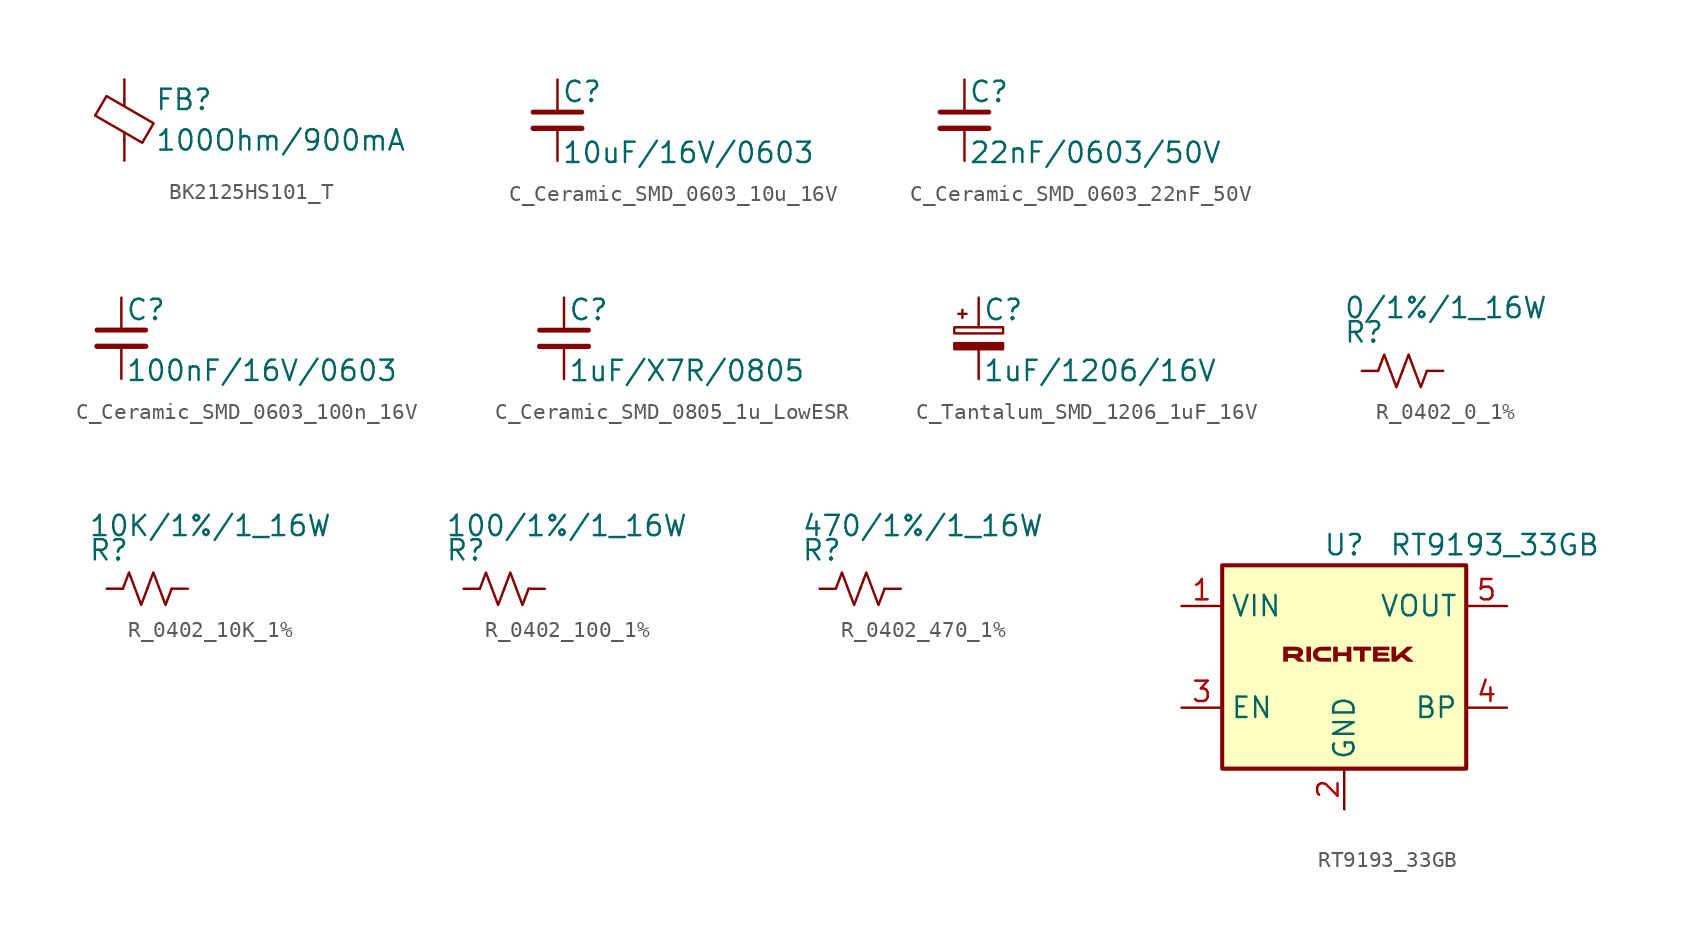
<source format=kicad_sym>
(kicad_symbol_lib
  (version 20231120)
  (generator "kicad_symbol_editor")
  (generator_version "8.0")
  (symbol "BK2125HS101_T"
    (pin_numbers hide)
    (pin_names
      (offset 0))
    (property "Reference" "FB"
      (at 1.905 1.27 0)
      (effects (font (size 1.27 1.27)) (justify left)))
    (property "Value" "100Ohm/900mA"
      (at 1.905 -1.27 0)
      (effects (font (size 1.27 1.27)) (justify left)))
    (symbol "BK2125HS101_T_0_1"
      (polyline (pts (xy 0 -1.27) (xy 0 -0.787)) (stroke (width 0) (type default)) (fill (type none)))
      (polyline (pts (xy 0 0.889) (xy 0 1.295)) (stroke (width 0) (type default)) (fill (type none)))
      (polyline (pts (xy -1.829 0.279) (xy -1.118 1.499) (xy 1.829 -0.203) (xy 1.118 -1.422) (xy -1.829 0.279)) (stroke (width 0) (type default)) (fill (type none))))
    (symbol "BK2125HS101_T_1_1"
      (pin passive line (at 0 2.54 270) (length 1.27) (name "~" (effects (font (size 1.27 1.27)))) (number "1" (effects (font (size 1.27 1.27)))))
      (pin passive line (at 0 -2.54 90) (length 1.27) (name "~" (effects (font (size 1.27 1.27)))) (number "2" (effects (font (size 1.27 1.27)))))))
  (symbol "C_Ceramic_SMD_0603_10u_16V"
    (pin_numbers hide)
    (pin_names
      (offset 0.254) hide)
    (property "Reference" "C"
      (at 0.254 1.778 0)
      (effects (font (size 1.27 1.27)) (justify left)))
    (property "Value" "10uF/16V/0603"
      (at 0.254 -2.032 0)
      (effects (font (size 1.27 1.27)) (justify left)))
    (symbol "C_Ceramic_SMD_0603_10u_16V_0_1"
      (polyline (pts (xy -1.524 -0.508) (xy 1.524 -0.508)) (stroke (width 0.33) (type default)) (fill (type none)))
      (polyline (pts (xy -1.524 0.508) (xy 1.524 0.508)) (stroke (width 0.305) (type default)) (fill (type none))))
    (symbol "C_Ceramic_SMD_0603_10u_16V_1_1"
      (pin passive line (at 0 2.54 270) (length 2.032) (name "~" (effects (font (size 1.27 1.27)))) (number "1" (effects (font (size 1.27 1.27)))))
      (pin passive line (at 0 -2.54 90) (length 2.032) (name "~" (effects (font (size 1.27 1.27)))) (number "2" (effects (font (size 1.27 1.27)))))))
  (symbol "C_Ceramic_SMD_0603_22nF_50V"
    (pin_numbers hide)
    (pin_names
      (offset 0.254) hide)
    (property "Reference" "C"
      (at 0.254 1.778 0)
      (effects (font (size 1.27 1.27)) (justify left)))
    (property "Value" "22nF/0603/50V"
      (at 0.254 -2.032 0)
      (effects (font (size 1.27 1.27)) (justify left)))
    (symbol "C_Ceramic_SMD_0603_22nF_50V_0_1"
      (polyline (pts (xy -1.524 -0.508) (xy 1.524 -0.508)) (stroke (width 0.33) (type default)) (fill (type none)))
      (polyline (pts (xy -1.524 0.508) (xy 1.524 0.508)) (stroke (width 0.305) (type default)) (fill (type none))))
    (symbol "C_Ceramic_SMD_0603_22nF_50V_1_1"
      (pin passive line (at 0 2.54 270) (length 2.032) (name "~" (effects (font (size 1.27 1.27)))) (number "1" (effects (font (size 1.27 1.27)))))
      (pin passive line (at 0 -2.54 90) (length 2.032) (name "~" (effects (font (size 1.27 1.27)))) (number "2" (effects (font (size 1.27 1.27)))))))
  (symbol "C_Ceramic_SMD_0603_100n_16V"
    (pin_numbers hide)
    (pin_names
      (offset 0.254) hide)
    (property "Reference" "C"
      (at 0.254 1.778 0)
      (effects (font (size 1.27 1.27)) (justify left)))
    (property "Value" "100nF/16V/0603"
      (at 0.254 -2.032 0)
      (effects (font (size 1.27 1.27)) (justify left)))
    (symbol "C_Ceramic_SMD_0603_100n_16V_0_1"
      (polyline (pts (xy -1.524 -0.508) (xy 1.524 -0.508)) (stroke (width 0.33) (type default)) (fill (type none)))
      (polyline (pts (xy -1.524 0.508) (xy 1.524 0.508)) (stroke (width 0.305) (type default)) (fill (type none))))
    (symbol "C_Ceramic_SMD_0603_100n_16V_1_1"
      (pin passive line (at 0 2.54 270) (length 2.032) (name "~" (effects (font (size 1.27 1.27)))) (number "1" (effects (font (size 1.27 1.27)))))
      (pin passive line (at 0 -2.54 90) (length 2.032) (name "~" (effects (font (size 1.27 1.27)))) (number "2" (effects (font (size 1.27 1.27)))))))
  (symbol "C_Ceramic_SMD_0805_1u_LowESR"
    (pin_numbers hide)
    (pin_names
      (offset 0.254) hide)
    (property "Reference" "C"
      (at 0.254 1.778 0)
      (effects (font (size 1.27 1.27)) (justify left)))
    (property "Value" "1uF/X7R/0805"
      (at 0.254 -2.032 0)
      (effects (font (size 1.27 1.27)) (justify left)))
    (symbol "C_Ceramic_SMD_0805_1u_LowESR_0_1"
      (polyline (pts (xy -1.524 -0.508) (xy 1.524 -0.508)) (stroke (width 0.33) (type default)) (fill (type none)))
      (polyline (pts (xy -1.524 0.508) (xy 1.524 0.508)) (stroke (width 0.305) (type default)) (fill (type none))))
    (symbol "C_Ceramic_SMD_0805_1u_LowESR_1_1"
      (pin passive line (at 0 2.54 270) (length 2.032) (name "~" (effects (font (size 1.27 1.27)))) (number "1" (effects (font (size 1.27 1.27)))))
      (pin passive line (at 0 -2.54 90) (length 2.032) (name "~" (effects (font (size 1.27 1.27)))) (number "2" (effects (font (size 1.27 1.27)))))))
  (symbol "C_Tantalum_SMD_1206_1uF_16V"
    (pin_numbers hide)
    (pin_names
      (offset 0.254) hide)
    (property "Reference" "C"
      (at 0.254 1.778 0)
      (effects (font (size 1.27 1.27)) (justify left)))
    (property "Value" "1uF/1206/16V"
      (at 0.254 -2.032 0)
      (effects (font (size 1.27 1.27)) (justify left)))
    (symbol "C_Tantalum_SMD_1206_1uF_16V_0_1"
      (rectangle (start -1.524 -0.305) (end 1.524 -0.686) (stroke (width 0) (type default)) (fill (type outline)))
      (rectangle (start -1.524 0.686) (end 1.524 0.305) (stroke (width 0) (type default)) (fill (type none)))
      (polyline (pts (xy -1.27 1.524) (xy -0.762 1.524)) (stroke (width 0) (type default)) (fill (type none)))
      (polyline (pts (xy -1.016 1.27) (xy -1.016 1.778)) (stroke (width 0) (type default)) (fill (type none))))
    (symbol "C_Tantalum_SMD_1206_1uF_16V_1_1"
      (pin passive line (at 0 2.54 270) (length 1.854) (name "~" (effects (font (size 1.27 1.27)))) (number "1" (effects (font (size 1.27 1.27)))))
      (pin passive line (at 0 -2.54 90) (length 1.854) (name "~" (effects (font (size 1.27 1.27)))) (number "2" (effects (font (size 1.27 1.27)))))))
  (symbol "R_0402_0_1%"
    (pin_numbers hide)
    (pin_names
      (offset 0.254) hide)
    (property "Reference" "R"
      (at -3.683 2.413 0)
      (effects (font (size 1.27 1.27)) (justify left)))
    (property "Value" "0/1%/1_16W"
      (at -3.683 3.937 0)
      (effects (font (size 1.27 1.27)) (justify left)))
    (symbol "R_0402_0_1%_1_1"
      (polyline (pts (xy -1.524 0) (xy -1.143 1.016) (xy -0.762 0) (xy -0.381 -1.016) (xy 0 0)) (stroke (width 0) (type default)) (fill (type none)))
      (polyline (pts (xy 0 0) (xy 0.381 1.016) (xy 0.762 0) (xy 1.143 -1.016) (xy 1.524 0)) (stroke (width 0) (type default)) (fill (type none)))
      (pin passive line (at -2.54 0 0) (length 1.016) (name "~" (effects (font (size 1.27 1.27)))) (number "1" (effects (font (size 1.27 1.27)))))
      (pin passive line (at 2.54 0 180) (length 1.016) (name "~" (effects (font (size 1.27 1.27)))) (number "2" (effects (font (size 1.27 1.27)))))))
  (symbol "R_0402_10K_1%"
    (pin_numbers hide)
    (pin_names
      (offset 0.254) hide)
    (property "Reference" "R"
      (at -3.683 2.413 0)
      (effects (font (size 1.27 1.27)) (justify left)))
    (property "Value" "10K/1%/1_16W"
      (at -3.683 3.937 0)
      (effects (font (size 1.27 1.27)) (justify left)))
    (symbol "R_0402_10K_1%_1_1"
      (polyline (pts (xy -1.524 0) (xy -1.143 1.016) (xy -0.762 0) (xy -0.381 -1.016) (xy 0 0)) (stroke (width 0) (type default)) (fill (type none)))
      (polyline (pts (xy 0 0) (xy 0.381 1.016) (xy 0.762 0) (xy 1.143 -1.016) (xy 1.524 0)) (stroke (width 0) (type default)) (fill (type none)))
      (pin passive line (at -2.54 0 0) (length 1.016) (name "~" (effects (font (size 1.27 1.27)))) (number "1" (effects (font (size 1.27 1.27)))))
      (pin passive line (at 2.54 0 180) (length 1.016) (name "~" (effects (font (size 1.27 1.27)))) (number "2" (effects (font (size 1.27 1.27)))))))
  (symbol "R_0402_100_1%"
    (pin_numbers hide)
    (pin_names
      (offset 0.254) hide)
    (property "Reference" "R"
      (at -3.683 2.413 0)
      (effects (font (size 1.27 1.27)) (justify left)))
    (property "Value" "100/1%/1_16W"
      (at -3.683 3.937 0)
      (effects (font (size 1.27 1.27)) (justify left)))
    (symbol "R_0402_100_1%_1_1"
      (polyline (pts (xy -1.524 0) (xy -1.143 1.016) (xy -0.762 0) (xy -0.381 -1.016) (xy 0 0)) (stroke (width 0) (type default)) (fill (type none)))
      (polyline (pts (xy 0 0) (xy 0.381 1.016) (xy 0.762 0) (xy 1.143 -1.016) (xy 1.524 0)) (stroke (width 0) (type default)) (fill (type none)))
      (pin passive line (at -2.54 0 0) (length 1.016) (name "~" (effects (font (size 1.27 1.27)))) (number "1" (effects (font (size 1.27 1.27)))))
      (pin passive line (at 2.54 0 180) (length 1.016) (name "~" (effects (font (size 1.27 1.27)))) (number "2" (effects (font (size 1.27 1.27)))))))
  (symbol "R_0402_470_1%"
    (pin_numbers hide)
    (pin_names
      (offset 0.254) hide)
    (property "Reference" "R"
      (at -3.683 2.413 0)
      (effects (font (size 1.27 1.27)) (justify left)))
    (property "Value" "470/1%/1_16W"
      (at -3.683 3.937 0)
      (effects (font (size 1.27 1.27)) (justify left)))
    (symbol "R_0402_470_1%_1_1"
      (polyline (pts (xy -1.524 0) (xy -1.143 1.016) (xy -0.762 0) (xy -0.381 -1.016) (xy 0 0)) (stroke (width 0) (type default)) (fill (type none)))
      (polyline (pts (xy 0 0) (xy 0.381 1.016) (xy 0.762 0) (xy 1.143 -1.016) (xy 1.524 0)) (stroke (width 0) (type default)) (fill (type none)))
      (pin passive line (at -2.54 0 0) (length 1.016) (name "~" (effects (font (size 1.27 1.27)))) (number "1" (effects (font (size 1.27 1.27)))))
      (pin passive line (at 2.54 0 180) (length 1.016) (name "~" (effects (font (size 1.27 1.27)))) (number "2" (effects (font (size 1.27 1.27)))))))
  (symbol "RT9193_33GB"
    (property "Reference" "U"
      (at 0 6.35 0)
      (effects (font (size 1.27 1.27))))
    (property "Value" "RT9193_33GB"
      (at 9.398 6.35 0)
      (effects (font (size 1.27 1.27))))
    (symbol "RT9193_33GB_0_1"
      (rectangle (start -7.62 5.08) (end 7.62 -7.62) (stroke (width 0.254) (type default)) (fill (type background))))
    (symbol "RT9193_33GB_1_0"
      (polyline (pts (xy -2.078 -0.939) (xy -2.36 -0.939) (xy -2.36 -0.0004) (xy -2.078 -0.0004) (xy -2.078 -0.939)) (stroke (width -0.0001) (type solid)) (fill (type outline)))
      (polyline (pts (xy 1.126 -0.002) (xy 1.683 -0.004) (xy 1.683 -0.244) (xy 1.479 -0.246) (xy 1.274 -0.247) (xy 1.274 -0.939) (xy 0.984 -0.939) (xy 0.984 -0.247) (xy 0.568 -0.247) (xy 0.568 -0.0004) (xy 1.126 -0.002)) (stroke (width -0.0001) (type solid)) (fill (type outline)))
      (polyline (pts (xy 2.819 -0.223) (xy 2.455 -0.221) (xy 2.092 -0.219) (xy 2.092 -0.367) (xy 2.422 -0.369) (xy 2.752 -0.371) (xy 2.754 -0.471) (xy 2.756 -0.572) (xy 2.092 -0.572) (xy 2.092 -0.72) (xy 2.465 -0.722) (xy 2.836 -0.724) (xy 2.838 -0.831) (xy 2.841 -0.939) (xy 1.803 -0.939) (xy 1.803 -0.0004) (xy 2.819 -0.0004) (xy 2.819 -0.223)) (stroke (width -0.0001) (type solid)) (fill (type outline)))
      (polyline (pts (xy 0.302 -0.002) (xy 0.445 -0.004) (xy 0.447 -0.471) (xy 0.448 -0.939) (xy 0.159 -0.939) (xy 0.157 -0.764) (xy 0.155 -0.59) (xy -0.121 -0.587) (xy -0.399 -0.586) (xy -0.399 -0.939) (xy -0.691 -0.939) (xy -0.689 -0.47) (xy -0.688 -0.0004) (xy -0.545 -0.002) (xy -0.402 -0.004) (xy -0.4 -0.178) (xy -0.399 -0.353) (xy 0.159 -0.353) (xy 0.159 -0.0004) (xy 0.302 -0.002)) (stroke (width -0.0001) (type solid)) (fill (type outline)))
      (polyline (pts (xy 3.243 -0.297) (xy 3.246 -0.595) (xy 3.461 -0.405) (xy 3.799 -0.108) (xy 3.921 -0.0004) (xy 4.115 -0.0004) (xy 4.154 -0.001) (xy 4.191 -0.001) (xy 4.223 -0.002) (xy 4.251 -0.002) (xy 4.274 -0.003) (xy 4.291 -0.004) (xy 4.297 -0.004) (xy 4.301 -0.005) (xy 4.303 -0.005) (xy 4.303 -0.006) (xy 4.303 -0.006) (xy 4.061 -0.219) (xy 3.923 -0.34) (xy 3.886 -0.372) (xy 3.856 -0.399) (xy 3.832 -0.42) (xy 3.822 -0.429) (xy 3.814 -0.436) (xy 3.806 -0.443) (xy 3.8 -0.449) (xy 3.796 -0.454) (xy 3.792 -0.458) (xy 3.789 -0.461) (xy 3.787 -0.463) (xy 3.786 -0.464) (xy 3.786 -0.465) (xy 3.785 -0.466) (xy 3.785 -0.466) (xy 3.79 -0.471) (xy 3.803 -0.483) (xy 3.852 -0.524) (xy 3.925 -0.584) (xy 4.013 -0.657) (xy 4.184 -0.797) (xy 4.244 -0.846) (xy 4.29 -0.884) (xy 4.322 -0.911) (xy 4.333 -0.921) (xy 4.342 -0.928) (xy 4.349 -0.935) (xy 4.354 -0.939) (xy 4.356 -0.942) (xy 4.357 -0.943) (xy 4.357 -0.943) (xy 4.353 -0.944) (xy 4.34 -0.944) (xy 4.296 -0.945) (xy 4.231 -0.946) (xy 4.151 -0.946) (xy 3.944 -0.945) (xy 3.817 -0.839) (xy 3.711 -0.751) (xy 3.635 -0.688) (xy 3.58 -0.641) (xy 3.505 -0.707) (xy 3.449 -0.756) (xy 3.43 -0.772) (xy 3.424 -0.777) (xy 3.421 -0.78) (xy 3.281 -0.903) (xy 3.24 -0.939) (xy 2.953 -0.939) (xy 2.953 -0.0004) (xy 3.242 -0.0004) (xy 3.243 -0.297)) (stroke (width -0.0001) (type solid)) (fill (type outline)))
      (polyline (pts (xy -0.851 -0.001) (xy -0.83 -0.002) (xy -0.821 -0.003) (xy -0.821 -0.006) (xy -0.82 -0.014) (xy -0.82 -0.041) (xy -0.82 -0.08) (xy -0.821 -0.127) (xy -0.823 -0.247) (xy -1.152 -0.249) (xy -1.26 -0.249) (xy -1.342 -0.25) (xy -1.374 -0.251) (xy -1.402 -0.251) (xy -1.425 -0.252) (xy -1.444 -0.253) (xy -1.453 -0.253) (xy -1.46 -0.254) (xy -1.467 -0.254) (xy -1.473 -0.255) (xy -1.479 -0.255) (xy -1.484 -0.256) (xy -1.489 -0.257) (xy -1.493 -0.258) (xy -1.497 -0.259) (xy -1.501 -0.26) (xy -1.504 -0.261) (xy -1.508 -0.262) (xy -1.515 -0.264) (xy -1.522 -0.267) (xy -1.532 -0.271) (xy -1.541 -0.276) (xy -1.551 -0.282) (xy -1.56 -0.288) (xy -1.57 -0.294) (xy -1.579 -0.301) (xy -1.588 -0.308) (xy -1.597 -0.315) (xy -1.605 -0.323) (xy -1.613 -0.331) (xy -1.621 -0.34) (xy -1.628 -0.348) (xy -1.634 -0.357) (xy -1.64 -0.365) (xy -1.646 -0.374) (xy -1.65 -0.383) (xy -1.655 -0.393) (xy -1.659 -0.403) (xy -1.662 -0.413) (xy -1.665 -0.425) (xy -1.667 -0.436) (xy -1.668 -0.448) (xy -1.669 -0.46) (xy -1.67 -0.472) (xy -1.67 -0.484) (xy -1.669 -0.496) (xy -1.667 -0.507) (xy -1.665 -0.519) (xy -1.663 -0.53) (xy -1.66 -0.541) (xy -1.656 -0.552) (xy -1.652 -0.562) (xy -1.647 -0.57) (xy -1.642 -0.579) (xy -1.637 -0.587) (xy -1.63 -0.596) (xy -1.623 -0.604) (xy -1.615 -0.613) (xy -1.607 -0.621) (xy -1.598 -0.629) (xy -1.589 -0.637) (xy -1.579 -0.644) (xy -1.57 -0.652) (xy -1.56 -0.658) (xy -1.55 -0.665) (xy -1.54 -0.67) (xy -1.53 -0.675) (xy -1.52 -0.68) (xy -1.507 -0.685) (xy -1.492 -0.689) (xy -1.472 -0.692) (xy -1.442 -0.694) (xy -1.399 -0.695) (xy -1.339 -0.697) (xy -1.151 -0.699) (xy -0.821 -0.702) (xy -0.82 -0.821) (xy -0.818 -0.94) (xy -1.168 -0.937) (xy -1.299 -0.936) (xy -1.353 -0.936) (xy -1.4 -0.935) (xy -1.441 -0.934) (xy -1.476 -0.932) (xy -1.506 -0.93) (xy -1.533 -0.927) (xy -1.545 -0.925) (xy -1.556 -0.924) (xy -1.567 -0.922) (xy -1.577 -0.919) (xy -1.587 -0.917) (xy -1.596 -0.914) (xy -1.605 -0.911) (xy -1.615 -0.908) (xy -1.633 -0.901) (xy -1.651 -0.892) (xy -1.672 -0.883) (xy -1.694 -0.872) (xy -1.714 -0.861) (xy -1.734 -0.85) (xy -1.754 -0.837) (xy -1.773 -0.824) (xy -1.791 -0.81) (xy -1.809 -0.795) (xy -1.825 -0.779) (xy -1.842 -0.763) (xy -1.857 -0.746) (xy -1.871 -0.729) (xy -1.884 -0.711) (xy -1.897 -0.693) (xy -1.908 -0.674) (xy -1.918 -0.655) (xy -1.927 -0.636) (xy -1.935 -0.617) (xy -1.939 -0.604) (xy -1.943 -0.591) (xy -1.946 -0.576) (xy -1.949 -0.561) (xy -1.952 -0.546) (xy -1.954 -0.53) (xy -1.955 -0.514) (xy -1.956 -0.498) (xy -1.957 -0.482) (xy -1.957 -0.465) (xy -1.957 -0.449) (xy -1.956 -0.433) (xy -1.955 -0.417) (xy -1.953 -0.402) (xy -1.951 -0.387) (xy -1.948 -0.373) (xy -1.938 -0.337) (xy -1.926 -0.302) (xy -1.912 -0.269) (xy -1.894 -0.238) (xy -1.874 -0.208) (xy -1.852 -0.181) (xy -1.827 -0.155) (xy -1.8 -0.131) (xy -1.771 -0.109) (xy -1.739 -0.089) (xy -1.705 -0.071) (xy -1.669 -0.055) (xy -1.631 -0.041) (xy -1.591 -0.029) (xy -1.548 -0.019) (xy -1.504 -0.012) (xy -1.457 -0.008) (xy -1.373 -0.005) (xy -1.143 -0.001) (xy -0.923 0) (xy -0.851 -0.001)) (stroke (width -0.0001) (type solid)) (fill (type outline)))
      (polyline (pts (xy -3.413 -0.001) (xy -3.273 -0.002) (xy -3.161 -0.003) (xy -3.114 -0.004) (xy -3.072 -0.005) (xy -3.035 -0.006) (xy -3.003 -0.008) (xy -2.974 -0.01) (xy -2.948 -0.012) (xy -2.925 -0.015) (xy -2.904 -0.018) (xy -2.885 -0.022) (xy -2.866 -0.026) (xy -2.848 -0.03) (xy -2.83 -0.036) (xy -2.809 -0.043) (xy -2.788 -0.05) (xy -2.768 -0.059) (xy -2.749 -0.069) (xy -2.73 -0.079) (xy -2.712 -0.091) (xy -2.694 -0.103) (xy -2.677 -0.115) (xy -2.662 -0.128) (xy -2.647 -0.142) (xy -2.634 -0.156) (xy -2.621 -0.171) (xy -2.61 -0.185) (xy -2.6 -0.2) (xy -2.596 -0.208) (xy -2.592 -0.216) (xy -2.588 -0.223) (xy -2.585 -0.231) (xy -2.58 -0.243) (xy -2.578 -0.249) (xy -2.577 -0.255) (xy -2.575 -0.261) (xy -2.574 -0.267) (xy -2.572 -0.273) (xy -2.571 -0.28) (xy -2.571 -0.287) (xy -2.57 -0.294) (xy -2.569 -0.31) (xy -2.568 -0.33) (xy -2.568 -0.353) (xy -2.568 -0.379) (xy -2.568 -0.39) (xy -2.569 -0.4) (xy -2.569 -0.408) (xy -2.57 -0.416) (xy -2.57 -0.423) (xy -2.571 -0.43) (xy -2.573 -0.436) (xy -2.574 -0.442) (xy -2.576 -0.447) (xy -2.578 -0.453) (xy -2.581 -0.46) (xy -2.584 -0.466) (xy -2.591 -0.482) (xy -2.597 -0.493) (xy -2.604 -0.504) (xy -2.611 -0.515) (xy -2.618 -0.526) (xy -2.626 -0.536) (xy -2.635 -0.546) (xy -2.644 -0.557) (xy -2.653 -0.567) (xy -2.663 -0.576) (xy -2.673 -0.585) (xy -2.684 -0.594) (xy -2.695 -0.602) (xy -2.706 -0.61) (xy -2.717 -0.618) (xy -2.729 -0.625) (xy -2.741 -0.631) (xy -2.751 -0.636) (xy -2.76 -0.641) (xy -2.768 -0.646) (xy -2.776 -0.65) (xy -2.779 -0.652) (xy -2.782 -0.654) (xy -2.784 -0.656) (xy -2.787 -0.657) (xy -2.788 -0.658) (xy -2.789 -0.659) (xy -2.79 -0.66) (xy -2.79 -0.661) (xy -2.791 -0.661) (xy -2.79 -0.663) (xy -2.786 -0.667) (xy -2.778 -0.675) (xy -2.763 -0.688) (xy -2.707 -0.734) (xy -2.602 -0.82) (xy -2.458 -0.939) (xy -2.877 -0.939) (xy -2.917 -0.905) (xy -2.94 -0.885) (xy -2.974 -0.857) (xy -3.015 -0.823) (xy -3.057 -0.788) (xy -3.157 -0.706) (xy -3.517 -0.706) (xy -3.517 -0.939) (xy -3.81 -0.939) (xy -3.809 -0.472) (xy -3.808 -0.247) (xy -3.525 -0.247) (xy -3.523 -0.355) (xy -3.521 -0.463) (xy -3.246 -0.463) (xy -3.155 -0.463) (xy -3.118 -0.462) (xy -3.086 -0.462) (xy -3.059 -0.462) (xy -3.036 -0.462) (xy -3.017 -0.461) (xy -3.008 -0.461) (xy -3 -0.46) (xy -2.993 -0.46) (xy -2.987 -0.46) (xy -2.981 -0.459) (xy -2.976 -0.458) (xy -2.971 -0.458) (xy -2.967 -0.457) (xy -2.963 -0.456) (xy -2.959 -0.455) (xy -2.955 -0.455) (xy -2.952 -0.454) (xy -2.949 -0.452) (xy -2.946 -0.451) (xy -2.94 -0.449) (xy -2.933 -0.446) (xy -2.924 -0.441) (xy -2.915 -0.437) (xy -2.908 -0.432) (xy -2.9 -0.428) (xy -2.894 -0.423) (xy -2.888 -0.418) (xy -2.885 -0.415) (xy -2.883 -0.413) (xy -2.88 -0.41) (xy -2.878 -0.407) (xy -2.876 -0.405) (xy -2.874 -0.402) (xy -2.872 -0.399) (xy -2.87 -0.396) (xy -2.869 -0.393) (xy -2.868 -0.39) (xy -2.866 -0.387) (xy -2.865 -0.384) (xy -2.864 -0.38) (xy -2.863 -0.377) (xy -2.863 -0.373) (xy -2.862 -0.37) (xy -2.862 -0.366) (xy -2.861 -0.363) (xy -2.861 -0.355) (xy -2.861 -0.347) (xy -2.862 -0.34) (xy -2.862 -0.337) (xy -2.863 -0.333) (xy -2.864 -0.33) (xy -2.864 -0.326) (xy -2.865 -0.323) (xy -2.866 -0.32) (xy -2.867 -0.317) (xy -2.869 -0.314) (xy -2.87 -0.311) (xy -2.872 -0.308) (xy -2.873 -0.305) (xy -2.875 -0.302) (xy -2.877 -0.299) (xy -2.878 -0.297) (xy -2.88 -0.294) (xy -2.883 -0.292) (xy -2.885 -0.289) (xy -2.887 -0.287) (xy -2.89 -0.285) (xy -2.892 -0.282) (xy -2.895 -0.28) (xy -2.898 -0.278) (xy -2.901 -0.276) (xy -2.904 -0.274) (xy -2.91 -0.27) (xy -2.917 -0.266) (xy -2.929 -0.262) (xy -2.941 -0.258) (xy -2.958 -0.255) (xy -2.983 -0.253) (xy -3.02 -0.251) (xy -3.073 -0.25) (xy -3.237 -0.249) (xy -3.525 -0.247) (xy -3.808 -0.247) (xy -3.807 -0.002) (xy -3.691 -0.001) (xy -3.413 -0.001)) (stroke (width -0.0001) (type solid)) (fill (type outline))))
    (symbol "RT9193_33GB_1_1"
      (pin power_in line (at -10.16 2.54 0) (length 2.54) (name "VIN" (effects (font (size 1.27 1.27)))) (number "1" (effects (font (size 1.27 1.27)))))
      (pin power_in line (at 0 -10.16 90) (length 2.54) (name "GND" (effects (font (size 1.27 1.27)))) (number "2" (effects (font (size 1.27 1.27)))))
      (pin input line (at -10.16 -3.81 0) (length 2.54) (name "EN" (effects (font (size 1.27 1.27)))) (number "3" (effects (font (size 1.27 1.27)))))
      (pin passive line (at 10.16 -3.81 180) (length 2.54) (name "BP" (effects (font (size 1.27 1.27)))) (number "4" (effects (font (size 1.27 1.27)))))
      (pin passive line (at 10.16 2.54 180) (length 2.54) (name "VOUT" (effects (font (size 1.27 1.27)))) (number "5" (effects (font (size 1.27 1.27))))))))
</source>
